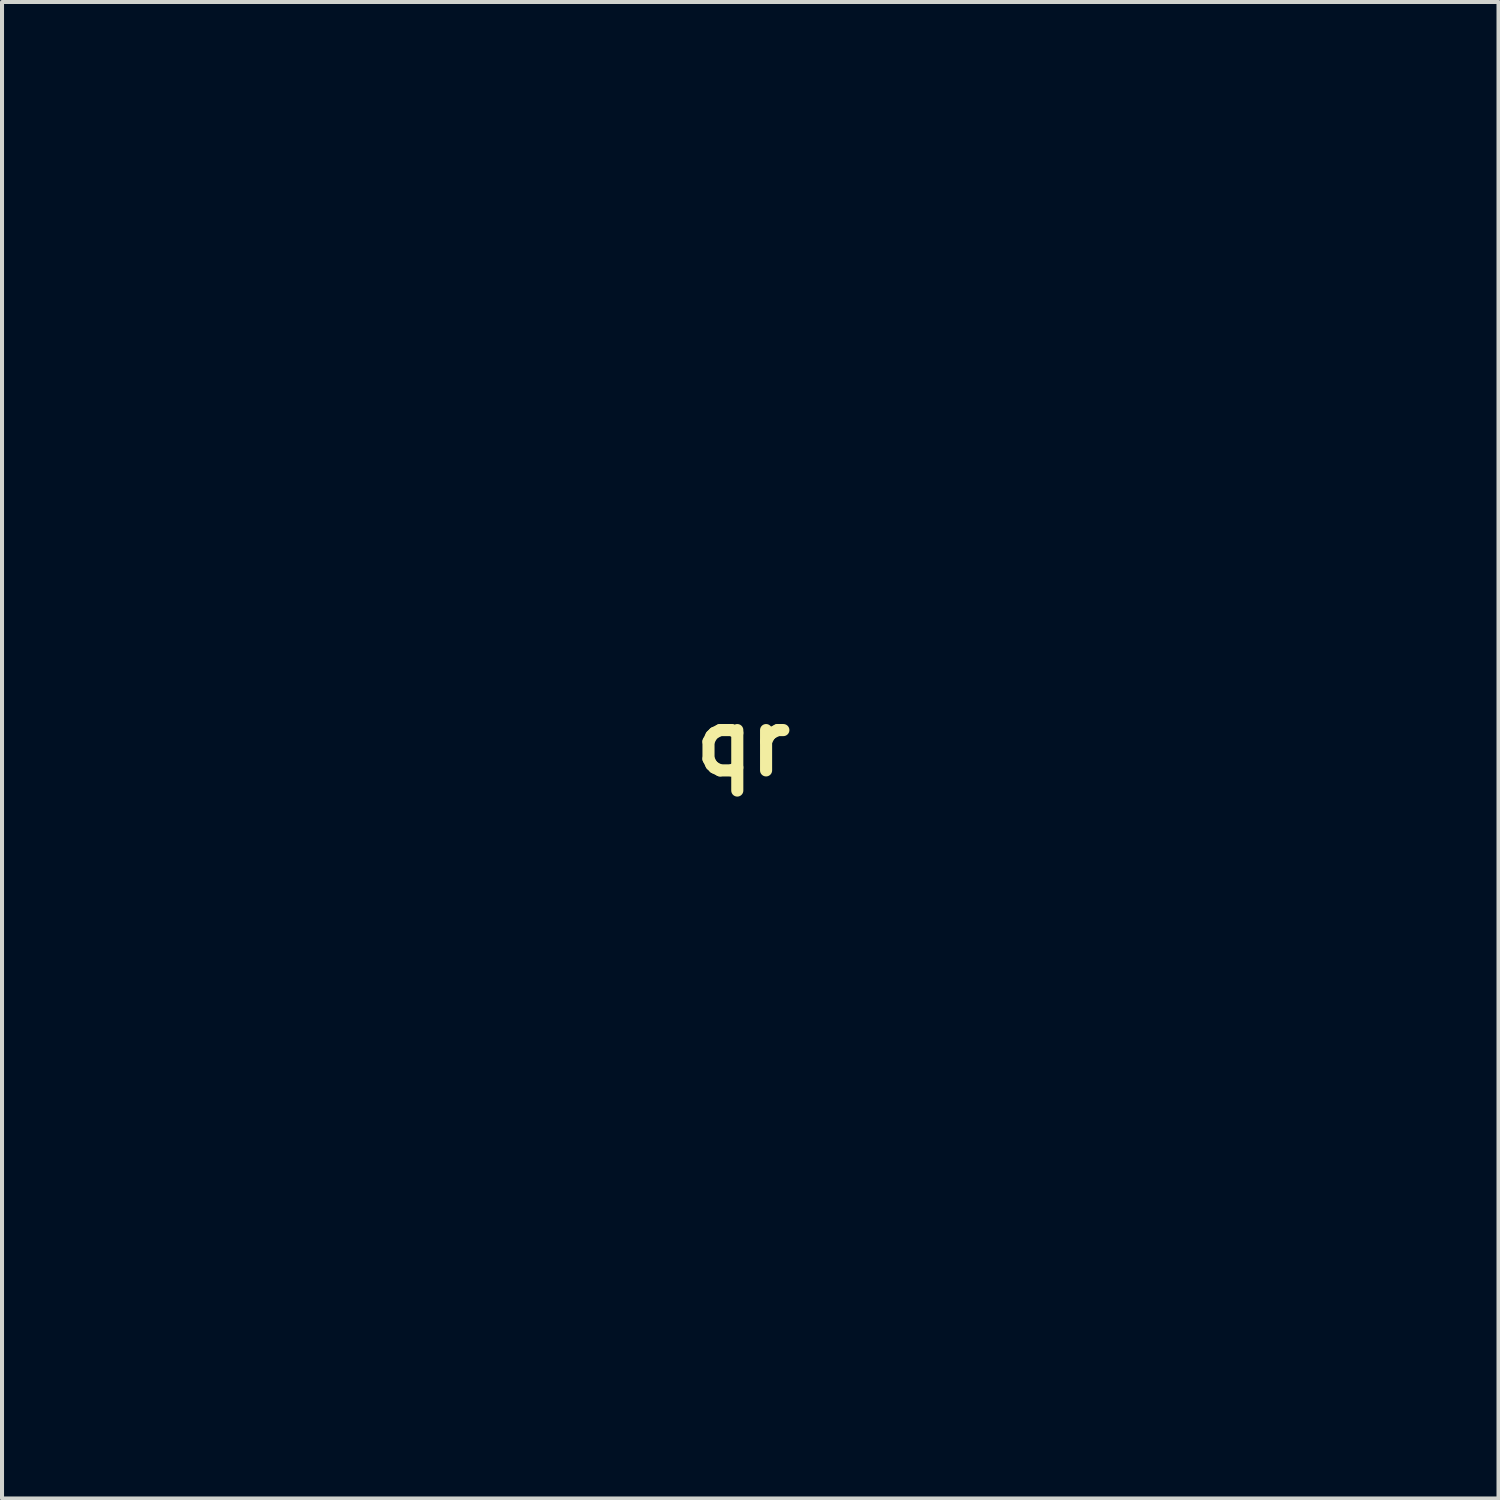
<source format=kicad_pcb>
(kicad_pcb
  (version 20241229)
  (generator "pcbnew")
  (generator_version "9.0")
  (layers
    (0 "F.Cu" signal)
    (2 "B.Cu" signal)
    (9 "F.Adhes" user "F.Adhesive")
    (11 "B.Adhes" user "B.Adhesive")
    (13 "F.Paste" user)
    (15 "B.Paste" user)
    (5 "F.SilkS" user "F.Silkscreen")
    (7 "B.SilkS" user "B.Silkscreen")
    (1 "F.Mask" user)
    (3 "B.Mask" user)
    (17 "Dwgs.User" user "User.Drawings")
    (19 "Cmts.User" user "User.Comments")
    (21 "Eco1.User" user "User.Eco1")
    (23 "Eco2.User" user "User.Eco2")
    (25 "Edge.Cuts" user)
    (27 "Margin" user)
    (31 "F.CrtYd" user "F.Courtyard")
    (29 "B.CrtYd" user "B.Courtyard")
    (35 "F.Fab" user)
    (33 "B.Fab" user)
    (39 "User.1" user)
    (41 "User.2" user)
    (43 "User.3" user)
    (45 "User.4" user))
  (footprint "qr"
    (layer "F.Cu")
    (at 15.383 15.383)
    (property "Reference" "qr" (at 0 0 0) (layer "F.SilkS") (effects (font (size 1.5 1.5) (thickness 0.3))))
    (attr board_only exclude_from_pos_files exclude_from_bom)
    (fp_poly (pts (xy -10.017 -11.627) (xy -10.017 -10.017) (xy -11.627 -10.017) (xy -13.237 -10.017) (xy -13.237 -11.627) (xy -13.237 -13.237) (xy -11.627 -13.237) (xy -10.017 -13.237)) (stroke (width 0) (type solid)) (fill yes) (layer "F.Mask"))
    (fp_poly (pts (xy -10.017 11.985) (xy -10.017 13.594) (xy -11.627 13.594) (xy -13.237 13.594) (xy -13.237 11.985) (xy -13.237 10.375) (xy -11.627 10.375) (xy -10.017 10.375)) (stroke (width 0) (type solid)) (fill yes) (layer "F.Mask"))
    (fp_poly (pts (xy -0.42 14.954) (xy -0.358 15.204) (xy -0.644 15.679) (xy -0.894 15.741) (xy -1.369 15.454) (xy -1.431 15.204) (xy -1.145 14.73) (xy -0.894 14.668)) (stroke (width 0) (type solid)) (fill yes) (layer "F.Mask"))
    (fp_poly (pts (xy 3.873 6.368) (xy 3.935 6.618) (xy 3.649 7.093) (xy 3.399 7.155) (xy 2.924 6.869) (xy 2.862 6.618) (xy 3.148 6.144) (xy 3.399 6.082)) (stroke (width 0) (type solid)) (fill yes) (layer "F.Mask"))
    (fp_poly (pts (xy 6.934 14.828) (xy 7.155 15.204) (xy 6.835 15.63) (xy 6.082 15.741) (xy 5.23 15.581) (xy 5.008 15.204) (xy 5.328 14.778) (xy 6.082 14.668)) (stroke (width 0) (type solid)) (fill yes) (layer "F.Mask"))
    (fp_poly (pts (xy 9.239 8.515) (xy 9.301 8.765) (xy 9.015 9.239) (xy 8.765 9.301) (xy 8.29 9.015) (xy 8.228 8.765) (xy 8.515 8.29) (xy 8.765 8.228)) (stroke (width 0) (type solid)) (fill yes) (layer "F.Mask"))
    (fp_poly (pts (xy 13.594 -11.627) (xy 13.594 -10.017) (xy 11.985 -10.017) (xy 10.375 -10.017) (xy 10.375 -11.627) (xy 10.375 -13.237) (xy 11.985 -13.237) (xy 13.594 -13.237)) (stroke (width 0) (type solid)) (fill yes) (layer "F.Mask"))
    (fp_poly (pts (xy -1.493 -8.657) (xy -1.431 -8.407) (xy -1.145 -7.933) (xy -0.894 -7.87) (xy -0.42 -7.584) (xy -0.358 -7.334) (xy -0.678 -6.908) (xy -1.431 -6.797) (xy -2.191 -6.886) (xy -2.471 -7.304) (xy -2.504 -7.87) (xy -2.344 -8.722) (xy -1.968 -8.944)) (stroke (width 0) (type solid)) (fill yes) (layer "F.Mask"))
    (fp_poly (pts (xy -13.458 -6.637) (xy -13.237 -6.261) (xy -13.523 -5.786) (xy -13.773 -5.724) (xy -14.127 -5.513) (xy -14.288 -4.797) (xy -14.31 -4.114) (xy -14.38 -3.053) (xy -14.619 -2.57) (xy -14.846 -2.504) (xy -15.158 -2.669) (xy -15.325 -3.253) (xy -15.382 -4.392) (xy -15.383 -4.651) (xy -15.383 -6.797) (xy -14.31 -6.797)) (stroke (width 0) (type solid)) (fill yes) (layer "F.Mask"))
    (fp_poly (pts (xy -3.124 -2.473) (xy -2.655 -2.293) (xy -2.513 -1.836) (xy -2.504 -1.431) (xy -2.551 -0.771) (xy -2.82 -0.458) (xy -3.507 -0.364) (xy -4.114 -0.358) (xy -5.104 -0.389) (xy -5.573 -0.568) (xy -5.715 -1.026) (xy -5.724 -1.431) (xy -5.677 -2.091) (xy -5.408 -2.404) (xy -4.721 -2.498) (xy -4.114 -2.504)) (stroke (width 0) (type solid)) (fill yes) (layer "F.Mask"))
    (fp_poly (pts (xy 6.019 -10.804) (xy 6.082 -10.554) (xy 6.368 -10.079) (xy 6.618 -10.017) (xy 7.044 -9.697) (xy 7.155 -8.944) (xy 6.995 -8.092) (xy 6.618 -7.87) (xy 6.192 -8.19) (xy 6.082 -8.944) (xy 5.922 -9.796) (xy 5.545 -10.017) (xy 5.071 -10.303) (xy 5.008 -10.554) (xy 5.295 -11.028) (xy 5.545 -11.09)) (stroke (width 0) (type solid)) (fill yes) (layer "F.Mask"))
    (fp_poly (pts (xy 4.787 -15.223) (xy 5.008 -14.846) (xy 5.328 -14.42) (xy 6.082 -14.31) (xy 6.934 -14.15) (xy 7.155 -13.773) (xy 6.944 -13.42) (xy 6.228 -13.258) (xy 5.545 -13.237) (xy 4.484 -13.307) (xy 4.001 -13.546) (xy 3.935 -13.773) (xy 3.649 -14.248) (xy 3.399 -14.31) (xy 2.924 -14.596) (xy 2.862 -14.846) (xy 3.182 -15.273) (xy 3.935 -15.383)) (stroke (width 0) (type solid)) (fill yes) (layer "F.Mask"))
    (fp_poly (pts (xy -7.87 -11.627) (xy -7.87 -7.87) (xy -11.627 -7.87) (xy -15.383 -7.87) (xy -15.383 -11.627) (xy -15.383 -14.31) (xy -14.31 -14.31) (xy -14.31 -11.627) (xy -14.31 -8.944) (xy -11.627 -8.944) (xy -8.944 -8.944) (xy -8.944 -11.627) (xy -8.944 -14.31) (xy -11.627 -14.31) (xy -14.31 -14.31) (xy -15.383 -14.31) (xy -15.383 -15.383) (xy -11.627 -15.383) (xy -7.87 -15.383)) (stroke (width 0) (type solid)) (fill yes) (layer "F.Mask"))
    (fp_poly (pts (xy -7.87 11.985) (xy -7.87 15.741) (xy -11.627 15.741) (xy -15.383 15.741) (xy -15.383 11.985) (xy -15.383 9.301) (xy -14.31 9.301) (xy -14.31 11.985) (xy -14.31 14.668) (xy -11.627 14.668) (xy -8.944 14.668) (xy -8.944 11.985) (xy -8.944 9.301) (xy -11.627 9.301) (xy -14.31 9.301) (xy -15.383 9.301) (xy -15.383 8.228) (xy -11.627 8.228) (xy -7.87 8.228)) (stroke (width 0) (type solid)) (fill yes) (layer "F.Mask"))
    (fp_poly (pts (xy 15.741 -11.627) (xy 15.741 -7.87) (xy 11.985 -7.87) (xy 8.228 -7.87) (xy 8.228 -11.627) (xy 8.228 -14.31) (xy 9.301 -14.31) (xy 9.301 -11.627) (xy 9.301 -8.944) (xy 11.985 -8.944) (xy 14.668 -8.944) (xy 14.668 -11.627) (xy 14.668 -14.31) (xy 11.985 -14.31) (xy 9.301 -14.31) (xy 8.228 -14.31) (xy 8.228 -15.383) (xy 11.985 -15.383) (xy 15.741 -15.383)) (stroke (width 0) (type solid)) (fill yes) (layer "F.Mask"))
    (fp_poly (pts (xy 11.227 12.681) (xy 11.448 13.058) (xy 11.162 13.532) (xy 10.911 13.594) (xy 10.437 13.881) (xy 10.375 14.131) (xy 10.088 14.605) (xy 9.838 14.668) (xy 9.364 14.954) (xy 9.301 15.204) (xy 9.015 15.679) (xy 8.765 15.741) (xy 8.339 15.421) (xy 8.228 14.668) (xy 8.388 13.816) (xy 8.765 13.594) (xy 9.239 13.308) (xy 9.301 13.058) (xy 9.621 12.632) (xy 10.375 12.521)) (stroke (width 0) (type solid)) (fill yes) (layer "F.Mask"))
    (fp_poly (pts (xy 15.679 -6.511) (xy 15.741 -6.261) (xy 15.454 -5.786) (xy 15.204 -5.724) (xy 14.73 -5.438) (xy 14.668 -5.187) (xy 14.381 -4.713) (xy 14.131 -4.651) (xy 13.657 -4.364) (xy 13.594 -4.114) (xy 13.308 -3.64) (xy 13.058 -3.577) (xy 12.583 -3.291) (xy 12.521 -3.041) (xy 12.235 -2.567) (xy 11.985 -2.504) (xy 11.51 -2.791) (xy 11.448 -3.041) (xy 11.734 -3.515) (xy 11.985 -3.577) (xy 12.411 -3.897) (xy 12.521 -4.651) (xy 12.61 -5.411) (xy 13.028 -5.691) (xy 13.594 -5.724) (xy 14.446 -5.884) (xy 14.668 -6.261) (xy 14.954 -6.735) (xy 15.204 -6.797)) (stroke (width 0) (type solid)) (fill yes) (layer "F.Mask"))
    (fp_poly (pts (xy 15.741 11.985) (xy 15.713 13.4) (xy 15.611 14.231) (xy 15.41 14.606) (xy 15.204 14.668) (xy 14.73 14.381) (xy 14.668 14.131) (xy 14.381 13.657) (xy 14.131 13.594) (xy 13.657 13.881) (xy 13.594 14.131) (xy 13.274 14.557) (xy 12.521 14.668) (xy 11.669 14.828) (xy 11.448 15.204) (xy 11.162 15.679) (xy 10.911 15.741) (xy 10.437 15.454) (xy 10.375 15.204) (xy 10.661 14.73) (xy 10.911 14.668) (xy 11.386 14.381) (xy 11.448 14.131) (xy 11.734 13.657) (xy 11.985 13.594) (xy 12.459 13.308) (xy 12.521 13.058) (xy 12.807 12.583) (xy 13.058 12.521) (xy 13.411 12.31) (xy 13.573 11.594) (xy 13.594 10.911) (xy 13.625 9.921) (xy 13.805 9.452) (xy 14.263 9.311) (xy 14.668 9.301) (xy 15.741 9.301)) (stroke (width 0) (type solid)) (fill yes) (layer "F.Mask"))
    (fp_poly (pts (xy 2.8 10.661) (xy 2.862 10.911) (xy 3.182 11.337) (xy 3.935 11.448) (xy 4.787 11.608) (xy 5.008 11.985) (xy 4.722 12.459) (xy 4.472 12.521) (xy 3.998 12.807) (xy 3.935 13.058) (xy 3.649 13.532) (xy 3.399 13.594) (xy 2.973 13.914) (xy 2.862 14.668) (xy 2.773 15.428) (xy 2.355 15.708) (xy 1.789 15.741) (xy 0.937 15.581) (xy 0.715 15.204) (xy 0.429 14.73) (xy 0.179 14.668) (xy -0.295 14.381) (xy -0.358 14.131) (xy -0.644 13.657) (xy -0.894 13.594) (xy -1.369 13.881) (xy -1.431 14.131) (xy -1.717 14.605) (xy -1.968 14.668) (xy -2.442 14.954) (xy -2.504 15.204) (xy -2.824 15.63) (xy -3.577 15.741) (xy -4.43 15.581) (xy -4.651 15.204) (xy -4.364 14.73) (xy -4.114 14.668) (xy -3.64 14.381) (xy -3.577 14.131) (xy -3.291 13.657) (xy -3.041 13.594) (xy -2.567 13.308) (xy -2.504 13.058) (xy -2.218 12.583) (xy -1.968 12.521) (xy -1.493 12.235) (xy -1.431 11.985) (xy -1.145 11.51) (xy -0.894 11.448) (xy -0.42 11.734) (xy -0.358 11.985) (xy -0.071 12.459) (xy 0.179 12.521) (xy 0.653 12.235) (xy 0.715 11.985) (xy 1.789 11.985) (xy 2.075 12.459) (xy 2.325 12.521) (xy 2.8 12.235) (xy 2.862 11.985) (xy 2.576 11.51) (xy 2.325 11.448) (xy 1.851 11.734) (xy 1.789 11.985) (xy 0.715 11.985) (xy 1.002 11.51) (xy 1.252 11.448) (xy 1.726 11.162) (xy 1.789 10.911) (xy 2.075 10.437) (xy 2.325 10.375)) (stroke (width 0) (type solid)) (fill yes) (layer "F.Mask"))
    (fp_poly (pts (xy 0.494 -15.223) (xy 0.715 -14.846) (xy 0.429 -14.372) (xy 0.179 -14.31) (xy -0.295 -14.023) (xy -0.358 -13.773) (xy -0.071 -13.299) (xy 0.179 -13.237) (xy 0.462 -13.096) (xy 0.628 -12.588) (xy 0.703 -11.584) (xy 0.715 -10.554) (xy 0.687 -9.138) (xy 0.586 -8.308) (xy 0.385 -7.932) (xy 0.179 -7.87) (xy -0.247 -8.19) (xy -0.358 -8.944) (xy -0.446 -9.704) (xy -0.865 -9.984) (xy -1.431 -10.017) (xy -2.283 -9.857) (xy -2.504 -9.48) (xy -2.791 -9.006) (xy -3.041 -8.944) (xy -3.515 -9.23) (xy -3.577 -9.48) (xy -3.864 -9.955) (xy -4.114 -10.017) (xy -4.588 -9.731) (xy -4.651 -9.48) (xy -4.364 -9.006) (xy -4.114 -8.944) (xy -3.64 -8.657) (xy -3.577 -8.407) (xy -3.864 -7.933) (xy -4.114 -7.87) (xy -4.54 -7.55) (xy -4.651 -6.797) (xy -4.651 -5.724) (xy -2.504 -5.724) (xy -1.258 -5.765) (xy -0.589 -5.911) (xy -0.362 -6.196) (xy -0.358 -6.261) (xy -0.071 -6.735) (xy 0.179 -6.797) (xy 0.653 -7.084) (xy 0.715 -7.334) (xy 1.002 -7.808) (xy 1.252 -7.87) (xy 1.606 -8.081) (xy 1.767 -8.797) (xy 1.789 -9.48) (xy 1.859 -10.541) (xy 2.098 -11.025) (xy 2.325 -11.09) (xy 2.8 -11.377) (xy 2.862 -11.627) (xy 3.148 -12.101) (xy 3.399 -12.163) (xy 3.825 -11.843) (xy 3.935 -11.09) (xy 3.775 -10.238) (xy 3.399 -10.017) (xy 2.973 -9.697) (xy 2.862 -8.944) (xy 2.702 -8.092) (xy 2.325 -7.87) (xy 1.972 -7.66) (xy 1.811 -6.943) (xy 1.789 -6.261) (xy 1.82 -5.271) (xy 1.999 -4.802) (xy 2.457 -4.66) (xy 2.862 -4.651) (xy 3.714 -4.811) (xy 3.935 -5.187) (xy 3.649 -5.662) (xy 3.399 -5.724) (xy 2.924 -6.01) (xy 2.862 -6.261) (xy 3.935 -6.261) (xy 4.222 -5.786) (xy 4.472 -5.724) (xy 4.946 -6.01) (xy 5.008 -6.261) (xy 4.722 -6.735) (xy 4.472 -6.797) (xy 3.998 -6.511) (xy 3.935 -6.261) (xy 2.862 -6.261) (xy 3.148 -6.735) (xy 3.399 -6.797) (xy 3.825 -7.117) (xy 3.935 -7.87) (xy 4.095 -8.722) (xy 4.472 -8.944) (xy 4.946 -8.657) (xy 5.008 -8.407) (xy 5.295 -7.933) (xy 5.545 -7.87) (xy 6.019 -7.584) (xy 6.082 -7.334) (xy 6.368 -6.86) (xy 6.618 -6.797) (xy 7.093 -6.511) (xy 7.155 -6.261) (xy 7.441 -5.786) (xy 7.692 -5.724) (xy 8.166 -6.01) (xy 8.228 -6.261) (xy 8.515 -6.735) (xy 8.765 -6.797) (xy 9.239 -6.511) (xy 9.301 -6.261) (xy 9.621 -5.835) (xy 10.375 -5.724) (xy 11.135 -5.635) (xy 11.415 -5.217) (xy 11.448 -4.651) (xy 11.288 -3.799) (xy 10.911 -3.577) (xy 10.485 -3.257) (xy 10.375 -2.504) (xy 10.375 -1.431) (xy 12.521 -1.431) (xy 14.668 -1.431) (xy 14.668 -2.504) (xy 14.828 -3.356) (xy 15.204 -3.577) (xy 15.487 -3.437) (xy 15.653 -2.929) (xy 15.729 -1.924) (xy 15.741 -0.894) (xy 15.713 0.521) (xy 15.611 1.352) (xy 15.41 1.727) (xy 15.204 1.789) (xy 14.778 1.469) (xy 14.668 0.715) (xy 14.508 -0.137) (xy 14.131 -0.358) (xy 13.705 -0.038) (xy 13.594 0.715) (xy 13.434 1.568) (xy 13.058 1.789) (xy 12.583 2.075) (xy 12.521 2.325) (xy 12.841 2.751) (xy 13.594 2.862) (xy 14.446 3.022) (xy 14.668 3.399) (xy 14.954 3.873) (xy 15.204 3.935) (xy 15.679 4.222) (xy 15.741 4.472) (xy 15.454 4.946) (xy 15.204 5.008) (xy 14.73 4.722) (xy 14.668 4.472) (xy 14.348 4.046) (xy 13.594 3.935) (xy 12.742 3.775) (xy 12.521 3.399) (xy 12.235 2.924) (xy 11.985 2.862) (xy 11.51 3.148) (xy 11.448 3.399) (xy 11.734 3.873) (xy 11.985 3.935) (xy 12.459 4.222) (xy 12.521 4.472) (xy 12.807 4.946) (xy 13.058 5.008) (xy 13.532 5.295) (xy 13.594 5.545) (xy 13.881 6.019) (xy 14.131 6.082) (xy 14.605 6.368) (xy 14.668 6.618) (xy 14.348 7.044) (xy 13.594 7.155) (xy 12.834 7.244) (xy 12.554 7.662) (xy 12.521 8.228) (xy 12.361 9.08) (xy 11.985 9.301) (xy 11.51 9.588) (xy 11.448 9.838) (xy 11.734 10.312) (xy 11.985 10.375) (xy 12.459 10.661) (xy 12.521 10.911) (xy 12.356 11.223) (xy 11.772 11.39) (xy 10.633 11.447) (xy 10.375 11.448) (xy 8.228 11.448) (xy 8.228 12.521) (xy 8.14 13.281) (xy 7.721 13.561) (xy 7.155 13.594) (xy 6.303 13.434) (xy 6.082 13.058) (xy 6.368 12.583) (xy 6.618 12.521) (xy 7.093 12.235) (xy 7.155 11.985) (xy 6.835 11.558) (xy 6.082 11.448) (xy 5.23 11.288) (xy 5.008 10.911) (xy 4.688 10.485) (xy 3.935 10.375) (xy 3.083 10.215) (xy 2.862 9.838) (xy 2.576 9.364) (xy 2.325 9.301) (xy 1.851 9.588) (xy 1.789 9.838) (xy 1.469 10.264) (xy 0.715 10.375) (xy -0.137 10.215) (xy -0.358 9.838) (xy -0.644 9.364) (xy -0.894 9.301) (xy -1.32 8.981) (xy -1.352 8.765) (xy -0.358 8.765) (xy -0.071 9.239) (xy 0.179 9.301) (xy 0.653 9.015) (xy 0.715 8.765) (xy 0.429 8.29) (xy 0.179 8.228) (xy -0.295 8.515) (xy -0.358 8.765) (xy -1.352 8.765) (xy -1.431 8.228) (xy -1.591 7.376) (xy -1.968 7.155) (xy -2.321 7.366) (xy -2.482 8.082) (xy -2.504 8.765) (xy -2.434 9.826) (xy -2.195 10.309) (xy -1.968 10.375) (xy -1.493 10.661) (xy -1.431 10.911) (xy -1.717 11.386) (xy -1.968 11.448) (xy -2.442 11.734) (xy -2.504 11.985) (xy -2.791 12.459) (xy -3.041 12.521) (xy -3.515 12.807) (xy -3.577 13.058) (xy -3.864 13.532) (xy -4.114 13.594) (xy -4.588 13.881) (xy -4.651 14.131) (xy -4.937 14.605) (xy -5.187 14.668) (xy -5.662 14.954) (xy -5.724 15.204) (xy -6.01 15.679) (xy -6.261 15.741) (xy -6.687 15.421) (xy -6.797 14.668) (xy -6.709 13.907) (xy -6.29 13.627) (xy -5.724 13.594) (xy -4.872 13.434) (xy -4.651 13.058) (xy -4.364 12.583) (xy -4.114 12.521) (xy -3.688 12.201) (xy -3.577 11.448) (xy -3.737 10.596) (xy -4.114 10.375) (xy -4.588 10.661) (xy -4.651 10.911) (xy -4.937 11.386) (xy -5.187 11.448) (xy -5.662 11.734) (xy -5.724 11.985) (xy -6.01 12.459) (xy -6.261 12.521) (xy -6.687 12.201) (xy -6.797 11.448) (xy -6.637 10.596) (xy -6.261 10.375) (xy -5.786 10.088) (xy -5.724 9.838) (xy -5.404 9.412) (xy -4.651 9.301) (xy -3.799 9.141) (xy -3.577 8.765) (xy -3.864 8.29) (xy -4.114 8.228) (xy -4.54 7.908) (xy -4.651 7.155) (xy -4.811 6.303) (xy -5.187 6.082) (xy -5.662 5.795) (xy -5.724 5.545) (xy -6.01 5.071) (xy -6.261 5.008) (xy -6.687 5.328) (xy -6.797 6.082) (xy -6.637 6.934) (xy -6.261 7.155) (xy -5.786 7.441) (xy -5.724 7.692) (xy -6.01 8.166) (xy -6.261 8.228) (xy -6.735 7.942) (xy -6.797 7.692) (xy -7.117 7.266) (xy -7.87 7.155) (xy -8.722 6.995) (xy -8.944 6.618) (xy -8.657 6.144) (xy -8.407 6.082) (xy -7.933 5.795) (xy -7.87 5.545) (xy -7.584 5.071) (xy -7.334 5.008) (xy -6.98 4.798) (xy -6.819 4.081) (xy -6.814 3.935) (xy -5.724 3.935) (xy -5.564 4.787) (xy -5.187 5.008) (xy -4.761 4.688) (xy -4.651 3.935) (xy -4.811 3.083) (xy -5.187 2.862) (xy -3.577 2.862) (xy -3.417 3.714) (xy -3.041 3.935) (xy -2.615 3.615) (xy -2.504 2.862) (xy -2.664 2.01) (xy -3.041 1.789) (xy -3.467 2.109) (xy -3.577 2.862) (xy -5.187 2.862) (xy -5.613 3.182) (xy -5.724 3.935) (xy -6.814 3.935) (xy -6.797 3.399) (xy -6.727 2.338) (xy -6.488 1.854) (xy -6.261 1.789) (xy -5.786 1.502) (xy -5.724 1.252) (xy -5.438 0.778) (xy -5.187 0.715) (xy -4.713 1.002) (xy -4.651 1.252) (xy -4.364 1.726) (xy -4.114 1.789) (xy -3.64 1.502) (xy -3.577 1.252) (xy -3.291 0.778) (xy -3.041 0.715) (xy -2.567 1.002) (xy -2.504 1.252) (xy -2.184 1.678) (xy -1.431 1.789) (xy -0.579 1.949) (xy -0.358 2.325) (xy -0.644 2.8) (xy -0.894 2.862) (xy -1.369 3.148) (xy -1.431 3.399) (xy -1.717 3.873) (xy -1.968 3.935) (xy -2.442 4.222) (xy -2.504 4.472) (xy -2.824 4.898) (xy -3.577 5.008) (xy -4.43 5.168) (xy -4.651 5.545) (xy -4.364 6.019) (xy -4.114 6.082) (xy -3.64 6.368) (xy -3.577 6.618) (xy -3.291 7.093) (xy -3.041 7.155) (xy -2.567 6.869) (xy -2.504 6.618) (xy -1.431 6.618) (xy -1.22 6.972) (xy -0.504 7.133) (xy 0.179 7.155) (xy 1.24 7.225) (xy 1.723 7.464) (xy 1.789 7.692) (xy 2.109 8.118) (xy 2.862 8.228) (xy 3.714 8.388) (xy 3.935 8.765) (xy 4.222 9.239) (xy 4.472 9.301) (xy 4.946 9.015) (xy 5.008 8.765) (xy 5.295 8.29) (xy 5.545 8.228) (xy 5.971 7.908) (xy 6.082 7.155) (xy 7.155 7.155) (xy 7.155 8.765) (xy 7.155 10.375) (xy 8.765 10.375) (xy 10.375 10.375) (xy 10.375 8.765) (xy 10.375 7.155) (xy 8.765 7.155) (xy 7.155 7.155) (xy 6.082 7.155) (xy 5.922 6.303) (xy 5.545 6.082) (xy 5.071 5.795) (xy 5.008 5.545) (xy 4.868 5.262) (xy 4.36 5.096) (xy 3.355 5.021) (xy 2.325 5.008) (xy 0.91 5.037) (xy 0.079 5.138) (xy -0.296 5.339) (xy -0.358 5.545) (xy -0.644 6.019) (xy -0.894 6.082) (xy -1.369 6.368) (xy -1.431 6.618) (xy -2.504 6.618) (xy -2.218 6.144) (xy -1.968 6.082) (xy -1.493 5.795) (xy -1.431 5.545) (xy -1.145 5.071) (xy -0.894 5.008) (xy -0.468 4.688) (xy -0.437 4.472) (xy 6.082 4.472) (xy 6.113 5.462) (xy 6.292 5.931) (xy 6.75 6.073) (xy 7.155 6.082) (xy 8.007 5.922) (xy 8.228 5.545) (xy 8.515 5.071) (xy 8.765 5.008) (xy 9.239 5.295) (xy 9.301 5.545) (xy 9.621 5.971) (xy 10.375 6.082) (xy 11.227 5.922) (xy 11.448 5.545) (xy 11.162 5.071) (xy 10.911 5.008) (xy 10.485 4.688) (xy 10.375 3.935) (xy 10.535 3.083) (xy 10.911 2.862) (xy 11.386 2.576) (xy 11.448 2.325) (xy 11.734 1.851) (xy 11.985 1.789) (xy 12.411 1.469) (xy 12.521 0.715) (xy 12.361 -0.137) (xy 11.985 -0.358) (xy 11.558 -0.038) (xy 11.448 0.715) (xy 11.359 1.476) (xy 10.941 1.756) (xy 10.375 1.789) (xy 9.523 1.629) (xy 9.301 1.252) (xy 9.588 0.778) (xy 9.838 0.715) (xy 10.312 0.429) (xy 10.375 0.179) (xy 10.088 -0.295) (xy 9.838 -0.358) (xy 9.364 -0.071) (xy 9.301 0.179) (xy 9.091 0.533) (xy 8.374 0.694) (xy 7.692 0.715) (xy 6.63 0.786) (xy 6.147 1.025) (xy 6.082 1.252) (xy 6.402 1.678) (xy 7.155 1.789) (xy 8.007 1.949) (xy 8.228 2.325) (xy 7.908 2.751) (xy 7.155 2.862) (xy 6.495 2.909) (xy 6.182 3.178) (xy 6.088 3.864) (xy 6.082 4.472) (xy -0.437 4.472) (xy -0.358 3.935) (xy -0.257 3.399) (xy 1.789 3.399) (xy 2.075 3.873) (xy 2.325 3.935) (xy 2.8 3.649) (xy 2.862 3.399) (xy 3.182 2.973) (xy 3.935 2.862) (xy 4.787 2.702) (xy 5.008 2.325) (xy 4.722 1.851) (xy 4.472 1.789) (xy 3.998 1.502) (xy 3.935 1.252) (xy 4.222 0.778) (xy 4.472 0.715) (xy 4.946 0.429) (xy 5.008 0.179) (xy 4.722 -0.295) (xy 4.472 -0.358) (xy 3.998 -0.071) (xy 3.935 0.179) (xy 3.649 0.653) (xy 3.399 0.715) (xy 2.924 0.429) (xy 2.862 0.179) (xy 2.576 -0.295) (xy 2.325 -0.358) (xy 1.851 -0.071) (xy 1.789 0.179) (xy 2.075 0.653) (xy 2.325 0.715) (xy 2.751 1.035) (xy 2.862 1.789) (xy 2.702 2.641) (xy 2.325 2.862) (xy 1.851 3.148) (xy 1.789 3.399) (xy -0.257 3.399) (xy -0.198 3.083) (xy 0.179 2.862) (xy 0.533 2.651) (xy 0.694 1.935) (xy 0.715 1.252) (xy 0.645 0.191) (xy 0.406 -0.292) (xy 0.179 -0.358) (xy -0.295 -0.071) (xy -0.358 0.179) (xy -0.644 0.653) (xy -0.894 0.715) (xy -1.32 0.396) (xy -1.431 -0.358) (xy -1.368 -0.894) (xy 6.082 -0.894) (xy 6.402 -0.468) (xy 7.155 -0.358) (xy 7.915 -0.446) (xy 8.195 -0.865) (xy 8.228 -1.431) (xy 8.068 -2.283) (xy 7.692 -2.504) (xy 7.217 -2.791) (xy 7.155 -3.041) (xy 7.475 -3.467) (xy 8.228 -3.577) (xy 8.988 -3.666) (xy 9.269 -4.084) (xy 9.301 -4.651) (xy 9.141 -5.503) (xy 8.765 -5.724) (xy 8.29 -5.438) (xy 8.228 -5.187) (xy 7.942 -4.713) (xy 7.692 -4.651) (xy 7.217 -4.364) (xy 7.155 -4.114) (xy 6.869 -3.64) (xy 6.618 -3.577) (xy 6.144 -3.291) (xy 6.082 -3.041) (xy 6.368 -2.567) (xy 6.618 -2.504) (xy 7.093 -2.218) (xy 7.155 -1.968) (xy 6.869 -1.493) (xy 6.618 -1.431) (xy 6.144 -1.145) (xy 6.082 -0.894) (xy -1.368 -0.894) (xy -1.342 -1.118) (xy -0.924 -1.398) (xy -0.358 -1.431) (xy 0.494 -1.591) (xy 0.715 -1.968) (xy 1.035 -2.394) (xy 1.789 -2.504) (xy 2.641 -2.344) (xy 2.862 -1.968) (xy 3.073 -1.614) (xy 3.789 -1.453) (xy 4.472 -1.431) (xy 5.533 -1.501) (xy 6.016 -1.74) (xy 6.082 -1.968) (xy 5.795 -2.442) (xy 5.545 -2.504) (xy 5.071 -2.791) (xy 5.008 -3.041) (xy 5.295 -3.515) (xy 5.545 -3.577) (xy 6.019 -3.864) (xy 6.082 -4.114) (xy 6.368 -4.588) (xy 6.618 -4.651) (xy 7.093 -4.937) (xy 7.155 -5.187) (xy 6.869 -5.662) (xy 6.618 -5.724) (xy 6.144 -5.438) (xy 6.082 -5.187) (xy 5.762 -4.761) (xy 5.008 -4.651) (xy 4.248 -4.562) (xy 3.968 -4.144) (xy 3.935 -3.577) (xy 3.775 -2.725) (xy 3.399 -2.504) (xy 2.924 -2.791) (xy 2.862 -3.041) (xy 2.542 -3.467) (xy 1.789 -3.577) (xy 0.937 -3.737) (xy 0.715 -4.114) (xy 0.429 -4.588) (xy 0.179 -4.651) (xy -0.295 -4.364) (xy -0.358 -4.114) (xy -0.568 -3.76) (xy -1.285 -3.599) (xy -1.968 -3.577) (xy -3.029 -3.648) (xy -3.512 -3.886) (xy -3.577 -4.114) (xy -3.864 -4.588) (xy -4.114 -4.651) (xy -4.588 -4.364) (xy -4.651 -4.114) (xy -4.971 -3.688) (xy -5.724 -3.577) (xy -6.576 -3.417) (xy -6.797 -3.041) (xy -7.084 -2.567) (xy -7.334 -2.504) (xy -7.808 -2.218) (xy -7.87 -1.968) (xy -7.584 -1.493) (xy -7.334 -1.431) (xy -6.98 -1.22) (xy -6.819 -0.504) (xy -6.797 0.179) (xy -6.867 1.24) (xy -7.106 1.723) (xy -7.334 1.789) (xy -7.808 1.502) (xy -7.87 1.252) (xy -8.19 0.826) (xy -8.944 0.715) (xy -9.796 0.875) (xy -10.017 1.252) (xy -9.697 1.678) (xy -8.944 1.789) (xy -8.092 1.949) (xy -7.87 2.325) (xy -8.157 2.8) (xy -8.407 2.862) (xy -8.881 3.148) (xy -8.944 3.399) (xy -8.657 3.873) (xy -8.407 3.935) (xy -7.933 4.222) (xy -7.87 4.472) (xy -8.157 4.946) (xy -8.407 5.008) (xy -8.881 5.295) (xy -8.944 5.545) (xy -9.23 6.019) (xy -9.48 6.082) (xy -9.955 6.368) (xy -10.017 6.618) (xy -10.337 7.044) (xy -11.09 7.155) (xy -11.75 7.108) (xy -12.063 6.839) (xy -12.157 6.152) (xy -12.163 5.545) (xy -12.234 4.484) (xy -12.24 4.472) (xy -11.09 4.472) (xy -10.804 4.946) (xy -10.554 5.008) (xy -10.079 4.722) (xy -10.017 4.472) (xy -10.303 3.998) (xy -10.554 3.935) (xy -11.028 4.222) (xy -11.09 4.472) (xy -12.24 4.472) (xy -12.472 4.001) (xy -12.7 3.935) (xy -13.054 4.146) (xy -13.215 4.862) (xy -13.237 5.545) (xy -13.268 6.535) (xy -13.447 7.004) (xy -13.905 7.146) (xy -14.31 7.155) (xy -15.383 7.155) (xy -15.383 4.472) (xy -15.355 3.057) (xy -15.266 2.325) (xy -14.31 2.325) (xy -13.99 2.751) (xy -13.237 2.862) (xy -12.476 2.773) (xy -12.196 2.355) (xy -12.163 1.789) (xy -12.003 0.937) (xy -11.627 0.715) (xy -11.152 0.429) (xy -11.09 0.179) (xy -11.41 -0.247) (xy -12.163 -0.358) (xy -12.924 -0.269) (xy -13.204 0.149) (xy -13.237 0.715) (xy -13.397 1.568) (xy -13.773 1.789) (xy -14.248 2.075) (xy -14.31 2.325) (xy -15.266 2.325) (xy -15.253 2.226) (xy -15.052 1.85) (xy -14.846 1.789) (xy -14.42 1.469) (xy -14.31 0.715) (xy -14.47 -0.137) (xy -14.846 -0.358) (xy -15.321 -0.644) (xy -15.383 -0.894) (xy -15.097 -1.369) (xy -14.846 -1.431) (xy -14.372 -1.145) (xy -14.31 -0.894) (xy -14.023 -0.42) (xy -13.773 -0.358) (xy -13.462 -0.523) (xy -13.294 -1.107) (xy -13.238 -2.246) (xy -13.237 -2.504) (xy -12.163 -2.504) (xy -12.003 -1.652) (xy -11.627 -1.431) (xy -11.201 -1.751) (xy -11.09 -2.504) (xy -10.017 -2.504) (xy -9.857 -1.652) (xy -9.48 -1.431) (xy -9.006 -1.145) (xy -8.944 -0.894) (xy -8.657 -0.42) (xy -8.407 -0.358) (xy -7.933 -0.644) (xy -7.87 -0.894) (xy -8.157 -1.369) (xy -8.407 -1.431) (xy -8.881 -1.717) (xy -8.944 -1.968) (xy -8.657 -2.442) (xy -8.407 -2.504) (xy -7.933 -2.791) (xy -7.87 -3.041) (xy -7.584 -3.515) (xy -7.334 -3.577) (xy -6.86 -3.864) (xy -6.797 -4.114) (xy -7.084 -4.588) (xy -7.334 -4.651) (xy -7.808 -4.937) (xy -7.87 -5.187) (xy -8.157 -5.662) (xy -8.407 -5.724) (xy -8.881 -5.438) (xy -8.944 -5.187) (xy -8.657 -4.713) (xy -8.407 -4.651) (xy -7.933 -4.364) (xy -7.87 -4.114) (xy -8.19 -3.688) (xy -8.944 -3.577) (xy -9.704 -3.489) (xy -9.984 -3.071) (xy -10.017 -2.504) (xy -11.09 -2.504) (xy -11.25 -3.356) (xy -11.627 -3.577) (xy -12.053 -3.257) (xy -12.163 -2.504) (xy -13.237 -2.504) (xy -13.195 -3.751) (xy -13.049 -4.42) (xy -12.765 -4.646) (xy -12.7 -4.651) (xy -12.274 -4.971) (xy -12.163 -5.724) (xy -12.075 -6.484) (xy -11.657 -6.764) (xy -11.09 -6.797) (xy -10.238 -6.637) (xy -10.017 -6.261) (xy -10.303 -5.786) (xy -10.554 -5.724) (xy -11.028 -5.438) (xy -11.09 -5.187) (xy -10.804 -4.713) (xy -10.554 -4.651) (xy -10.079 -4.937) (xy -10.017 -5.187) (xy -9.731 -5.662) (xy -9.48 -5.724) (xy -9.006 -6.01) (xy -8.944 -6.261) (xy -8.657 -6.735) (xy -8.407 -6.797) (xy -7.933 -6.511) (xy -7.87 -6.261) (xy -7.584 -5.786) (xy -7.334 -5.724) (xy -6.86 -5.438) (xy -6.797 -5.187) (xy -6.477 -4.761) (xy -5.724 -4.651) (xy -4.872 -4.811) (xy -4.651 -5.187) (xy -4.937 -5.662) (xy -5.187 -5.724) (xy -5.662 -6.01) (xy -5.724 -6.261) (xy -6.01 -6.735) (xy -6.261 -6.797) (xy -6.687 -7.117) (xy -6.797 -7.87) (xy -6.696 -8.407) (xy -5.724 -8.407) (xy -5.438 -7.933) (xy -5.187 -7.87) (xy -4.713 -8.157) (xy -4.651 -8.407) (xy -4.937 -8.881) (xy -5.187 -8.944) (xy -5.662 -8.657) (xy -5.724 -8.407) (xy -6.696 -8.407) (xy -6.637 -8.722) (xy -6.261 -8.944) (xy -5.786 -9.23) (xy -5.724 -9.48) (xy -5.438 -9.955) (xy -5.187 -10.017) (xy -4.761 -10.337) (xy -4.651 -11.09) (xy -4.811 -11.942) (xy -5.187 -12.163) (xy -5.662 -12.45) (xy -5.724 -12.7) (xy -5.438 -13.174) (xy -5.187 -13.237) (xy -4.713 -12.95) (xy -4.651 -12.7) (xy -4.364 -12.226) (xy -4.114 -12.163) (xy -3.688 -12.483) (xy -3.656 -12.7) (xy -2.504 -12.7) (xy -2.218 -12.226) (xy -1.968 -12.163) (xy -1.493 -12.45) (xy -1.431 -12.7) (xy -1.717 -13.174) (xy -1.968 -13.237) (xy -2.442 -12.95) (xy -2.504 -12.7) (xy -3.656 -12.7) (xy -3.577 -13.237) (xy -3.624 -13.897) (xy -3.894 -14.209) (xy -4.58 -14.304) (xy -5.187 -14.31) (xy -6.248 -14.38) (xy -6.732 -14.619) (xy -6.797 -14.846) (xy -6.632 -15.158) (xy -6.048 -15.325) (xy -4.909 -15.382) (xy -4.651 -15.383) (xy -3.404 -15.342) (xy -2.735 -15.196) (xy -2.508 -14.911) (xy -2.504 -14.846) (xy -2.218 -14.372) (xy -1.968 -14.31) (xy -1.493 -14.596) (xy -1.431 -14.846) (xy -1.111 -15.273) (xy -0.358 -15.383)) (stroke (width 0) (type solid)) (fill yes) (layer "F.Mask")))
  (gr_rect
    (start -3 -3)
    (end 34.124 34.124)
    (stroke (width 0.1) (type default))
    (fill no)
    (layer "Edge.Cuts")))
</source>
